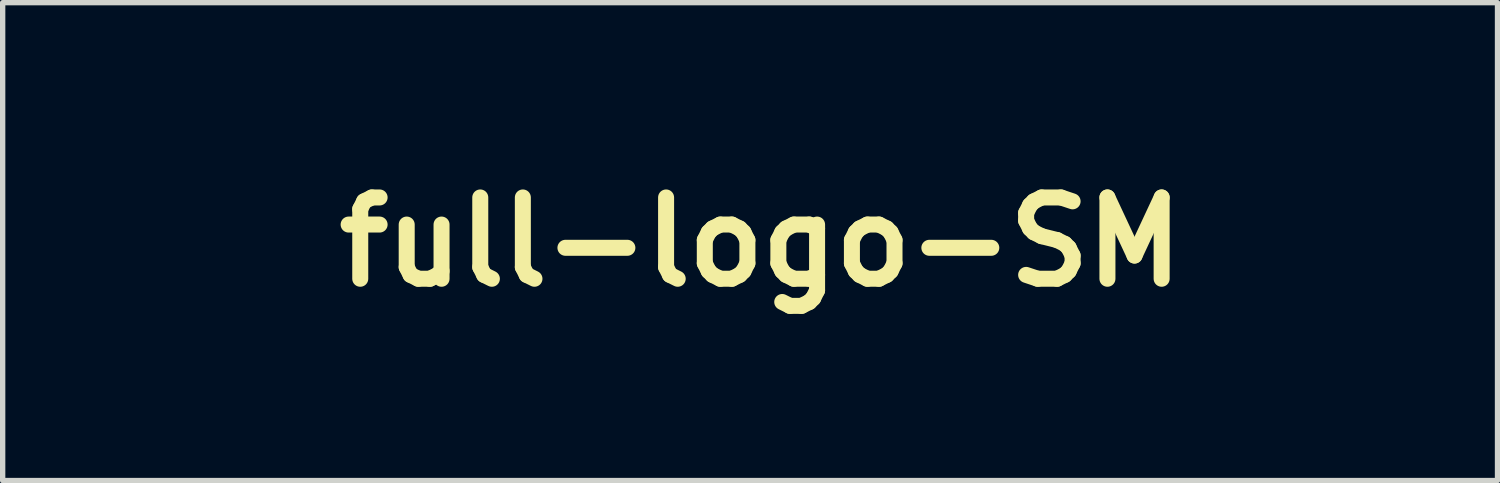
<source format=kicad_pcb>
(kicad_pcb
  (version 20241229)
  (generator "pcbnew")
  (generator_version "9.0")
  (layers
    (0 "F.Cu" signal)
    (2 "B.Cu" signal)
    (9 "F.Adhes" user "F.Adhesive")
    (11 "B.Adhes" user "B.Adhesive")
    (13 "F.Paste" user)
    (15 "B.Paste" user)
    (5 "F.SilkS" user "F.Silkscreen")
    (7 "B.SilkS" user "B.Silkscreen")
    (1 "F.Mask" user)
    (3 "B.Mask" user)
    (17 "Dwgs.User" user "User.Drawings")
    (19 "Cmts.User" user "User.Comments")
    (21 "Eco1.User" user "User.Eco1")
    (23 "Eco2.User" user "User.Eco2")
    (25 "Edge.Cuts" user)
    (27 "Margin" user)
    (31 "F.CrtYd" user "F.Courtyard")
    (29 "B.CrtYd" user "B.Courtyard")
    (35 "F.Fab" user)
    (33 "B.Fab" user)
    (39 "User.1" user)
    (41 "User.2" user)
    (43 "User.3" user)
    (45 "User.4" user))
  (footprint "full-logo-SM"
    (layer "F.Cu")
    (at 11.214 1.486)
    (property "Reference" "full-logo-SM" (at 0 0 0) (layer "F.SilkS") (effects (font (size 1.524 1.524) (thickness 0.3))))
    (attr through_hole)
    (fp_poly (pts (xy 4.693 1.245) (xy 4.407 1.245) (xy 4.407 0.051) (xy 4.693 0.051) (xy 4.693 1.245)) (stroke (width 0.01) (type solid)) (fill yes) (layer "F.Mask"))
    (fp_poly (pts (xy 4.693 -0.076) (xy 4.407 -0.076) (xy 4.408 -0.211) (xy 4.41 -0.346) (xy 4.551 -0.348) (xy 4.693 -0.349) (xy 4.693 -0.076)) (stroke (width 0.01) (type solid)) (fill yes) (layer "F.Mask"))
    (fp_poly (pts (xy 5.207 1.245) (xy 4.921 1.245) (xy 4.923 0.449) (xy 4.924 -0.346) (xy 5.066 -0.348) (xy 5.207 -0.349) (xy 5.207 1.245)) (stroke (width 0.01) (type solid)) (fill yes) (layer "F.Mask"))
    (fp_poly (pts (xy -3.859 0.621) (xy -3.858 0.636) (xy -3.857 0.645) (xy -3.857 0.646) (xy -3.864 0.648) (xy -3.879 0.651) (xy -3.89 0.654) (xy -3.914 0.659) (xy -3.942 0.665) (xy -3.962 0.669) (xy -4.021 0.682) (xy -4.069 0.692) (xy -4.108 0.701) (xy -4.138 0.708) (xy -4.163 0.713) (xy -4.182 0.718) (xy -4.195 0.721) (xy -4.223 0.727) (xy -4.24 0.73) (xy -4.25 0.728) (xy -4.255 0.724) (xy -4.257 0.719) (xy -4.261 0.701) (xy -4.266 0.676) (xy -4.27 0.65) (xy -4.273 0.627) (xy -4.274 0.615) (xy -4.274 0.597) (xy -3.862 0.597) (xy -3.859 0.621)) (stroke (width 0.01) (type solid)) (fill yes) (layer "F.Mask"))
    (fp_poly (pts (xy -10.126 -1.422) (xy -10.123 -1.415) (xy -10.118 -1.398) (xy -10.11 -1.371) (xy -10.1 -1.335) (xy -10.088 -1.293) (xy -10.074 -1.244) (xy -10.059 -1.191) (xy -10.051 -1.159) (xy -9.978 -0.899) (xy -10.029 -0.882) (xy -10.058 -0.872) (xy -10.086 -0.862) (xy -10.109 -0.853) (xy -10.111 -0.852) (xy -10.129 -0.844) (xy -10.141 -0.839) (xy -10.144 -0.838) (xy -10.147 -0.844) (xy -10.156 -0.859) (xy -10.169 -0.884) (xy -10.186 -0.916) (xy -10.207 -0.955) (xy -10.231 -0.999) (xy -10.256 -1.048) (xy -10.273 -1.079) (xy -10.399 -1.32) (xy -10.364 -1.337) (xy -10.333 -1.351) (xy -10.298 -1.366) (xy -10.262 -1.38) (xy -10.226 -1.393) (xy -10.193 -1.405) (xy -10.164 -1.414) (xy -10.142 -1.42) (xy -10.129 -1.422) (xy -10.126 -1.422)) (stroke (width 0.01) (type solid)) (fill yes) (layer "F.Mask"))
    (fp_poly (pts (xy -3.849 0.697) (xy -3.842 0.702) (xy -3.835 0.711) (xy -3.829 0.726) (xy -3.828 0.726) (xy -3.812 0.76) (xy -3.968 0.868) (xy -4.008 0.895) (xy -4.044 0.92) (xy -4.076 0.942) (xy -4.102 0.96) (xy -4.12 0.973) (xy -4.13 0.979) (xy -4.131 0.98) (xy -4.138 0.977) (xy -4.15 0.965) (xy -4.165 0.944) (xy -4.167 0.941) (xy -4.2 0.886) (xy -4.224 0.835) (xy -4.228 0.825) (xy -4.231 0.817) (xy -4.23 0.812) (xy -4.223 0.807) (xy -4.209 0.801) (xy -4.186 0.794) (xy -4.176 0.791) (xy -4.149 0.783) (xy -4.125 0.776) (xy -4.107 0.77) (xy -4.102 0.768) (xy -4.088 0.764) (xy -4.067 0.757) (xy -4.042 0.75) (xy -4.039 0.749) (xy -4.009 0.74) (xy -3.974 0.729) (xy -3.94 0.719) (xy -3.936 0.717) (xy -3.902 0.706) (xy -3.877 0.699) (xy -3.86 0.696) (xy -3.849 0.697)) (stroke (width 0.01) (type solid)) (fill yes) (layer "F.Mask"))
    (fp_poly (pts (xy -3.759 0.812) (xy -3.739 0.825) (xy -3.718 0.836) (xy -3.711 0.838) (xy -3.697 0.844) (xy -3.691 0.852) (xy -3.692 0.866) (xy -3.693 0.869) (xy -3.696 0.891) (xy -3.702 0.922) (xy -3.708 0.959) (xy -3.715 0.997) (xy -3.722 1.034) (xy -3.724 1.045) (xy -3.729 1.071) (xy -3.736 1.105) (xy -3.742 1.139) (xy -3.744 1.154) (xy -3.75 1.185) (xy -3.755 1.205) (xy -3.76 1.216) (xy -3.765 1.219) (xy -3.776 1.217) (xy -3.794 1.211) (xy -3.818 1.204) (xy -3.826 1.201) (xy -3.909 1.166) (xy -3.986 1.122) (xy -4.051 1.074) (xy -4.074 1.055) (xy -4.058 1.04) (xy -4.041 1.024) (xy -4.018 1.002) (xy -3.991 0.977) (xy -3.96 0.95) (xy -3.929 0.921) (xy -3.898 0.892) (xy -3.868 0.866) (xy -3.842 0.842) (xy -3.822 0.824) (xy -3.808 0.811) (xy -3.802 0.807) (xy -3.785 0.793) (xy -3.759 0.812)) (stroke (width 0.01) (type solid)) (fill yes) (layer "F.Mask"))
    (fp_poly (pts (xy -7.237 0.41) (xy -7.186 0.462) (xy -7.136 0.511) (xy -7.088 0.558) (xy -7.044 0.601) (xy -7.004 0.639) (xy -6.97 0.672) (xy -6.941 0.699) (xy -6.92 0.719) (xy -6.906 0.731) (xy -6.904 0.733) (xy -6.813 0.794) (xy -6.718 0.843) (xy -6.618 0.88) (xy -6.515 0.905) (xy -6.408 0.918) (xy -6.387 0.919) (xy -6.293 0.923) (xy -6.293 1.467) (xy -6.377 1.466) (xy -6.414 1.465) (xy -6.453 1.464) (xy -6.487 1.462) (xy -6.512 1.459) (xy -6.64 1.439) (xy -6.767 1.406) (xy -6.892 1.362) (xy -7.013 1.306) (xy -7.129 1.24) (xy -7.181 1.207) (xy -7.205 1.19) (xy -7.23 1.171) (xy -7.256 1.15) (xy -7.284 1.127) (xy -7.315 1.1) (xy -7.349 1.069) (xy -7.387 1.032) (xy -7.431 0.991) (xy -7.481 0.942) (xy -7.537 0.886) (xy -7.601 0.823) (xy -7.647 0.777) (xy -7.918 0.505) (xy -7.531 0.118) (xy -7.237 0.41)) (stroke (width 0.01) (type solid)) (fill yes) (layer "F.Mask"))
    (fp_poly (pts (xy -10.938 -0.848) (xy -10.924 -0.839) (xy -10.905 -0.827) (xy -10.892 -0.818) (xy -10.875 -0.806) (xy -10.848 -0.788) (xy -10.815 -0.765) (xy -10.776 -0.738) (xy -10.733 -0.71) (xy -10.689 -0.68) (xy -10.667 -0.664) (xy -10.49 -0.546) (xy -10.523 -0.493) (xy -10.552 -0.444) (xy -10.579 -0.387) (xy -10.604 -0.33) (xy -10.623 -0.276) (xy -10.624 -0.274) (xy -10.631 -0.253) (xy -10.638 -0.237) (xy -10.644 -0.229) (xy -10.645 -0.229) (xy -10.652 -0.231) (xy -10.671 -0.235) (xy -10.699 -0.241) (xy -10.736 -0.249) (xy -10.78 -0.258) (xy -10.83 -0.269) (xy -10.883 -0.281) (xy -10.909 -0.287) (xy -10.964 -0.299) (xy -11.016 -0.311) (xy -11.062 -0.321) (xy -11.101 -0.33) (xy -11.133 -0.337) (xy -11.155 -0.342) (xy -11.167 -0.346) (xy -11.169 -0.346) (xy -11.168 -0.353) (xy -11.164 -0.37) (xy -11.158 -0.395) (xy -11.149 -0.424) (xy -11.139 -0.456) (xy -11.128 -0.489) (xy -11.117 -0.52) (xy -11.115 -0.526) (xy -11.094 -0.579) (xy -11.067 -0.637) (xy -11.038 -0.695) (xy -11.007 -0.75) (xy -10.981 -0.793) (xy -10.966 -0.816) (xy -10.954 -0.835) (xy -10.946 -0.847) (xy -10.944 -0.85) (xy -10.938 -0.848)) (stroke (width 0.01) (type solid)) (fill yes) (layer "F.Mask"))
    (fp_poly (pts (xy -10.513 -1.246) (xy -10.503 -1.231) (xy -10.487 -1.209) (xy -10.468 -1.18) (xy -10.444 -1.145) (xy -10.419 -1.107) (xy -10.392 -1.066) (xy -10.364 -1.024) (xy -10.336 -0.982) (xy -10.309 -0.941) (xy -10.284 -0.903) (xy -10.262 -0.869) (xy -10.244 -0.84) (xy -10.231 -0.818) (xy -10.222 -0.804) (xy -10.22 -0.8) (xy -10.225 -0.794) (xy -10.238 -0.784) (xy -10.257 -0.771) (xy -10.26 -0.768) (xy -10.282 -0.753) (xy -10.309 -0.732) (xy -10.337 -0.708) (xy -10.357 -0.692) (xy -10.379 -0.672) (xy -10.397 -0.656) (xy -10.41 -0.646) (xy -10.415 -0.642) (xy -10.415 -0.642) (xy -10.42 -0.646) (xy -10.434 -0.658) (xy -10.455 -0.676) (xy -10.482 -0.7) (xy -10.515 -0.73) (xy -10.552 -0.763) (xy -10.592 -0.799) (xy -10.611 -0.816) (xy -10.653 -0.854) (xy -10.692 -0.889) (xy -10.728 -0.922) (xy -10.758 -0.949) (xy -10.782 -0.972) (xy -10.8 -0.989) (xy -10.809 -0.998) (xy -10.811 -1) (xy -10.812 -1.006) (xy -10.809 -1.014) (xy -10.8 -1.026) (xy -10.785 -1.042) (xy -10.763 -1.063) (xy -10.732 -1.091) (xy -10.704 -1.114) (xy -10.678 -1.137) (xy -10.648 -1.161) (xy -10.618 -1.184) (xy -10.588 -1.206) (xy -10.561 -1.225) (xy -10.539 -1.24) (xy -10.524 -1.249) (xy -10.518 -1.251) (xy -10.513 -1.246)) (stroke (width 0.01) (type solid)) (fill yes) (layer "F.Mask"))
    (fp_poly (pts (xy -9.704 -1.477) (xy -9.677 -1.475) (xy -9.643 -1.472) (xy -9.61 -1.47) (xy -9.604 -1.47) (xy -9.506 -1.458) (xy -9.404 -1.438) (xy -9.3 -1.41) (xy -9.197 -1.374) (xy -9.1 -1.333) (xy -9.042 -1.304) (xy -9.008 -1.285) (xy -8.975 -1.266) (xy -8.945 -1.248) (xy -8.915 -1.228) (xy -8.885 -1.207) (xy -8.854 -1.183) (xy -8.822 -1.156) (xy -8.786 -1.126) (xy -8.747 -1.09) (xy -8.704 -1.05) (xy -8.655 -1.003) (xy -8.6 -0.95) (xy -8.538 -0.888) (xy -8.468 -0.819) (xy -8.466 -0.817) (xy -8.16 -0.512) (xy -8.354 -0.32) (xy -8.395 -0.279) (xy -8.433 -0.241) (xy -8.467 -0.208) (xy -8.497 -0.178) (xy -8.52 -0.155) (xy -8.538 -0.138) (xy -8.547 -0.129) (xy -8.549 -0.127) (xy -8.554 -0.131) (xy -8.567 -0.144) (xy -8.587 -0.164) (xy -8.614 -0.191) (xy -8.647 -0.224) (xy -8.686 -0.262) (xy -8.729 -0.305) (xy -8.776 -0.351) (xy -8.825 -0.401) (xy -8.852 -0.427) (xy -8.916 -0.492) (xy -8.973 -0.547) (xy -9.022 -0.596) (xy -9.064 -0.637) (xy -9.101 -0.672) (xy -9.134 -0.702) (xy -9.162 -0.727) (xy -9.187 -0.748) (xy -9.21 -0.766) (xy -9.232 -0.781) (xy -9.253 -0.795) (xy -9.274 -0.807) (xy -9.297 -0.819) (xy -9.319 -0.831) (xy -9.387 -0.861) (xy -9.46 -0.887) (xy -9.535 -0.907) (xy -9.608 -0.92) (xy -9.676 -0.927) (xy -9.694 -0.927) (xy -9.747 -0.927) (xy -9.747 -1.481) (xy -9.704 -1.477)) (stroke (width 0.01) (type solid)) (fill yes) (layer "F.Mask"))
    (fp_poly (pts (xy 5.491 -0.959) (xy 5.522 -0.958) (xy 5.554 -0.955) (xy 5.578 -0.952) (xy 5.604 -0.948) (xy 5.629 -0.945) (xy 5.642 -0.943) (xy 5.659 -0.94) (xy 5.685 -0.935) (xy 5.716 -0.927) (xy 5.75 -0.919) (xy 5.781 -0.91) (xy 5.807 -0.903) (xy 5.835 -0.893) (xy 5.87 -0.879) (xy 5.909 -0.861) (xy 5.928 -0.853) (xy 5.944 -0.845) (xy 5.967 -0.833) (xy 5.992 -0.819) (xy 6.017 -0.806) (xy 6.039 -0.793) (xy 6.055 -0.784) (xy 6.061 -0.78) (xy 6.069 -0.774) (xy 6.084 -0.763) (xy 6.105 -0.748) (xy 6.121 -0.735) (xy 6.139 -0.721) (xy 6.166 -0.698) (xy 6.199 -0.667) (xy 6.239 -0.629) (xy 6.285 -0.585) (xy 6.337 -0.535) (xy 6.393 -0.48) (xy 6.407 -0.466) (xy 6.638 -0.237) (xy 6.49 -0.09) (xy 6.455 -0.055) (xy 6.422 -0.022) (xy 6.394 0.006) (xy 6.37 0.029) (xy 6.353 0.045) (xy 6.343 0.055) (xy 6.341 0.057) (xy 6.337 0.052) (xy 6.324 0.039) (xy 6.305 0.019) (xy 6.279 -0.007) (xy 6.247 -0.039) (xy 6.211 -0.075) (xy 6.172 -0.115) (xy 6.134 -0.153) (xy 6.077 -0.211) (xy 6.027 -0.26) (xy 5.985 -0.302) (xy 5.948 -0.338) (xy 5.916 -0.367) (xy 5.887 -0.391) (xy 5.862 -0.412) (xy 5.838 -0.429) (xy 5.816 -0.444) (xy 5.793 -0.457) (xy 5.778 -0.466) (xy 5.71 -0.497) (xy 5.645 -0.52) (xy 5.576 -0.535) (xy 5.501 -0.544) (xy 5.498 -0.544) (xy 5.442 -0.548) (xy 5.442 -0.959) (xy 5.491 -0.959)) (stroke (width 0.01) (type solid)) (fill yes) (layer "F.Mask"))
    (fp_poly (pts (xy 8.253 -0.959) (xy 8.284 -0.958) (xy 8.316 -0.955) (xy 8.341 -0.952) (xy 8.367 -0.948) (xy 8.392 -0.945) (xy 8.404 -0.943) (xy 8.421 -0.94) (xy 8.447 -0.935) (xy 8.479 -0.927) (xy 8.512 -0.919) (xy 8.544 -0.91) (xy 8.569 -0.903) (xy 8.597 -0.893) (xy 8.632 -0.879) (xy 8.672 -0.861) (xy 8.69 -0.853) (xy 8.707 -0.845) (xy 8.729 -0.833) (xy 8.754 -0.819) (xy 8.779 -0.806) (xy 8.801 -0.793) (xy 8.817 -0.784) (xy 8.823 -0.78) (xy 8.831 -0.774) (xy 8.846 -0.763) (xy 8.867 -0.748) (xy 8.884 -0.735) (xy 8.902 -0.721) (xy 8.928 -0.698) (xy 8.961 -0.667) (xy 9.001 -0.629) (xy 9.048 -0.585) (xy 9.099 -0.535) (xy 9.155 -0.48) (xy 9.169 -0.466) (xy 9.4 -0.237) (xy 9.252 -0.09) (xy 9.217 -0.055) (xy 9.184 -0.022) (xy 9.156 0.006) (xy 9.133 0.029) (xy 9.115 0.045) (xy 9.106 0.055) (xy 9.104 0.057) (xy 9.099 0.052) (xy 9.087 0.039) (xy 9.067 0.019) (xy 9.041 -0.007) (xy 9.01 -0.039) (xy 8.974 -0.075) (xy 8.934 -0.115) (xy 8.896 -0.153) (xy 8.839 -0.211) (xy 8.79 -0.26) (xy 8.747 -0.302) (xy 8.71 -0.338) (xy 8.678 -0.367) (xy 8.65 -0.391) (xy 8.624 -0.412) (xy 8.601 -0.429) (xy 8.578 -0.444) (xy 8.555 -0.457) (xy 8.54 -0.466) (xy 8.473 -0.497) (xy 8.407 -0.52) (xy 8.339 -0.535) (xy 8.263 -0.544) (xy 8.26 -0.544) (xy 8.204 -0.548) (xy 8.204 -0.959) (xy 8.253 -0.959)) (stroke (width 0.01) (type solid)) (fill yes) (layer "F.Mask"))
    (fp_poly (pts (xy 7.113 0.246) (xy 7.127 0.258) (xy 7.147 0.278) (xy 7.174 0.304) (xy 7.207 0.336) (xy 7.244 0.372) (xy 7.284 0.413) (xy 7.328 0.456) (xy 7.334 0.462) (xy 7.391 0.518) (xy 7.439 0.566) (xy 7.481 0.607) (xy 7.516 0.64) (xy 7.545 0.667) (xy 7.569 0.688) (xy 7.589 0.705) (xy 7.606 0.717) (xy 7.608 0.719) (xy 7.683 0.763) (xy 7.757 0.797) (xy 7.834 0.82) (xy 7.915 0.833) (xy 7.955 0.836) (xy 8.033 0.84) (xy 8.033 1.251) (xy 7.971 1.25) (xy 7.937 1.249) (xy 7.903 1.247) (xy 7.872 1.245) (xy 7.864 1.245) (xy 7.835 1.241) (xy 7.801 1.235) (xy 7.766 1.229) (xy 7.734 1.222) (xy 7.709 1.216) (xy 7.703 1.213) (xy 7.689 1.209) (xy 7.667 1.202) (xy 7.642 1.194) (xy 7.639 1.193) (xy 7.619 1.186) (xy 7.592 1.175) (xy 7.56 1.161) (xy 7.527 1.145) (xy 7.493 1.129) (xy 7.462 1.114) (xy 7.436 1.1) (xy 7.417 1.09) (xy 7.409 1.084) (xy 7.399 1.076) (xy 7.383 1.065) (xy 7.376 1.061) (xy 7.36 1.051) (xy 7.349 1.043) (xy 7.347 1.041) (xy 7.341 1.036) (xy 7.327 1.025) (xy 7.308 1.011) (xy 7.303 1.006) (xy 7.29 0.996) (xy 7.269 0.977) (xy 7.242 0.951) (xy 7.209 0.919) (xy 7.171 0.883) (xy 7.129 0.842) (xy 7.085 0.799) (xy 7.04 0.754) (xy 7.038 0.752) (xy 6.815 0.529) (xy 6.959 0.385) (xy 6.994 0.35) (xy 7.026 0.318) (xy 7.055 0.29) (xy 7.078 0.268) (xy 7.096 0.252) (xy 7.106 0.243) (xy 7.108 0.241) (xy 7.113 0.246)) (stroke (width 0.01) (type solid)) (fill yes) (layer "F.Mask"))
    (fp_poly (pts (xy 0.283 0.605) (xy 0.344 0.514) (xy 0.364 0.484) (xy 0.389 0.446) (xy 0.419 0.403) (xy 0.45 0.356) (xy 0.483 0.308) (xy 0.514 0.262) (xy 0.518 0.257) (xy 0.546 0.216) (xy 0.572 0.176) (xy 0.596 0.141) (xy 0.616 0.112) (xy 0.631 0.089) (xy 0.641 0.075) (xy 0.643 0.071) (xy 0.655 0.051) (xy 0.827 0.051) (xy 0.882 0.051) (xy 0.927 0.052) (xy 0.961 0.053) (xy 0.984 0.054) (xy 0.995 0.056) (xy 0.996 0.057) (xy 0.992 0.064) (xy 0.981 0.079) (xy 0.965 0.102) (xy 0.944 0.13) (xy 0.921 0.163) (xy 0.902 0.189) (xy 0.843 0.269) (xy 0.79 0.342) (xy 0.743 0.407) (xy 0.701 0.464) (xy 0.666 0.512) (xy 0.637 0.552) (xy 0.614 0.583) (xy 0.599 0.604) (xy 0.591 0.614) (xy 0.577 0.635) (xy 0.668 0.747) (xy 0.702 0.788) (xy 0.739 0.835) (xy 0.778 0.883) (xy 0.815 0.928) (xy 0.845 0.964) (xy 0.893 1.024) (xy 0.934 1.074) (xy 0.968 1.116) (xy 0.996 1.15) (xy 1.018 1.178) (xy 1.035 1.199) (xy 1.048 1.215) (xy 1.057 1.227) (xy 1.063 1.234) (xy 1.066 1.239) (xy 1.067 1.241) (xy 1.067 1.241) (xy 1.061 1.242) (xy 1.043 1.243) (xy 1.017 1.243) (xy 0.982 1.244) (xy 0.94 1.244) (xy 0.894 1.244) (xy 0.875 1.244) (xy 0.683 1.244) (xy 0.606 1.138) (xy 0.578 1.1) (xy 0.546 1.056) (xy 0.511 1.008) (xy 0.475 0.958) (xy 0.439 0.909) (xy 0.404 0.861) (xy 0.372 0.817) (xy 0.343 0.778) (xy 0.32 0.746) (xy 0.309 0.731) (xy 0.279 0.691) (xy 0.279 1.245) (xy -0.006 1.245) (xy -0.006 -0.349) (xy 0.279 -0.349) (xy 0.283 0.605)) (stroke (width 0.01) (type solid)) (fill yes) (layer "F.Mask"))
    (fp_poly (pts (xy -2.065 0.029) (xy -2.034 0.03) (xy -2.011 0.031) (xy -1.992 0.034) (xy -1.975 0.037) (xy -1.957 0.043) (xy -1.946 0.047) (xy -1.904 0.062) (xy -1.869 0.078) (xy -1.839 0.096) (xy -1.81 0.119) (xy -1.808 0.121) (xy -1.768 0.158) (xy -1.736 0.197) (xy -1.71 0.24) (xy -1.689 0.291) (xy -1.67 0.352) (xy -1.669 0.359) (xy -1.666 0.37) (xy -1.664 0.381) (xy -1.662 0.393) (xy -1.66 0.408) (xy -1.659 0.426) (xy -1.658 0.448) (xy -1.657 0.476) (xy -1.656 0.51) (xy -1.655 0.552) (xy -1.655 0.602) (xy -1.654 0.662) (xy -1.653 0.732) (xy -1.653 0.814) (xy -1.653 0.827) (xy -1.65 1.245) (xy -1.937 1.245) (xy -1.937 0.951) (xy -1.937 0.854) (xy -1.938 0.769) (xy -1.939 0.694) (xy -1.941 0.63) (xy -1.944 0.574) (xy -1.947 0.527) (xy -1.952 0.487) (xy -1.958 0.453) (xy -1.965 0.425) (xy -1.974 0.402) (xy -1.984 0.382) (xy -1.995 0.364) (xy -2.009 0.349) (xy -2.014 0.344) (xy -2.05 0.318) (xy -2.092 0.3) (xy -2.139 0.291) (xy -2.188 0.291) (xy -2.237 0.3) (xy -2.283 0.317) (xy -2.325 0.343) (xy -2.335 0.352) (xy -2.366 0.387) (xy -2.389 0.433) (xy -2.406 0.487) (xy -2.41 0.505) (xy -2.412 0.519) (xy -2.414 0.537) (xy -2.415 0.559) (xy -2.417 0.586) (xy -2.418 0.618) (xy -2.418 0.659) (xy -2.419 0.707) (xy -2.419 0.765) (xy -2.419 0.834) (xy -2.419 0.903) (xy -2.419 1.245) (xy -2.561 1.245) (xy -2.602 1.244) (xy -2.639 1.244) (xy -2.67 1.243) (xy -2.693 1.242) (xy -2.705 1.241) (xy -2.707 1.24) (xy -2.708 1.234) (xy -2.708 1.215) (xy -2.709 1.185) (xy -2.709 1.146) (xy -2.71 1.097) (xy -2.71 1.04) (xy -2.711 0.976) (xy -2.711 0.905) (xy -2.711 0.828) (xy -2.711 0.747) (xy -2.711 0.662) (xy -2.711 0.643) (xy -2.711 0.051) (xy -2.577 0.052) (xy -2.442 0.054) (xy -2.44 0.106) (xy -2.438 0.158) (xy -2.397 0.125) (xy -2.342 0.086) (xy -2.288 0.057) (xy -2.251 0.043) (xy -2.235 0.038) (xy -2.218 0.034) (xy -2.198 0.032) (xy -2.173 0.03) (xy -2.14 0.029) (xy -2.105 0.029) (xy -2.065 0.029)) (stroke (width 0.01) (type solid)) (fill yes) (layer "F.Mask"))
    (fp_poly (pts (xy -0.828 0.029) (xy -0.796 0.029) (xy -0.772 0.031) (xy -0.752 0.033) (xy -0.734 0.037) (xy -0.715 0.042) (xy -0.711 0.043) (xy -0.651 0.067) (xy -0.597 0.098) (xy -0.546 0.139) (xy -0.532 0.153) (xy -0.483 0.202) (xy -0.483 0.051) (xy -0.216 0.051) (xy -0.216 1.245) (xy -0.483 1.245) (xy -0.483 1.167) (xy -0.483 1.133) (xy -0.484 1.111) (xy -0.486 1.1) (xy -0.489 1.099) (xy -0.49 1.1) (xy -0.5 1.113) (xy -0.519 1.131) (xy -0.544 1.152) (xy -0.571 1.173) (xy -0.598 1.193) (xy -0.624 1.209) (xy -0.636 1.216) (xy -0.676 1.235) (xy -0.714 1.249) (xy -0.754 1.259) (xy -0.8 1.264) (xy -0.851 1.267) (xy -0.886 1.267) (xy -0.921 1.267) (xy -0.95 1.266) (xy -0.97 1.264) (xy -0.972 1.264) (xy -1.012 1.256) (xy -1.059 1.243) (xy -1.106 1.226) (xy -1.149 1.208) (xy -1.181 1.191) (xy -1.252 1.142) (xy -1.313 1.085) (xy -1.366 1.019) (xy -1.408 0.947) (xy -1.44 0.868) (xy -1.461 0.783) (xy -1.472 0.692) (xy -1.473 0.658) (xy -1.181 0.658) (xy -1.176 0.728) (xy -1.16 0.791) (xy -1.134 0.847) (xy -1.098 0.896) (xy -1.052 0.937) (xy -0.997 0.969) (xy -0.938 0.991) (xy -0.901 0.998) (xy -0.858 1.002) (xy -0.811 1.002) (xy -0.767 0.999) (xy -0.737 0.994) (xy -0.679 0.974) (xy -0.627 0.943) (xy -0.583 0.904) (xy -0.547 0.856) (xy -0.536 0.836) (xy -0.51 0.77) (xy -0.495 0.705) (xy -0.492 0.639) (xy -0.497 0.587) (xy -0.514 0.519) (xy -0.54 0.459) (xy -0.576 0.407) (xy -0.619 0.364) (xy -0.67 0.33) (xy -0.728 0.307) (xy -0.791 0.294) (xy -0.838 0.291) (xy -0.904 0.296) (xy -0.963 0.311) (xy -1.015 0.336) (xy -1.063 0.371) (xy -1.076 0.384) (xy -1.118 0.434) (xy -1.15 0.491) (xy -1.17 0.554) (xy -1.18 0.624) (xy -1.181 0.658) (xy -1.473 0.658) (xy -1.473 0.651) (xy -1.468 0.56) (xy -1.451 0.474) (xy -1.425 0.392) (xy -1.388 0.316) (xy -1.342 0.247) (xy -1.287 0.186) (xy -1.285 0.185) (xy -1.247 0.151) (xy -1.21 0.124) (xy -1.171 0.1) (xy -1.135 0.083) (xy -1.092 0.064) (xy -1.055 0.05) (xy -1.019 0.04) (xy -0.981 0.034) (xy -0.938 0.03) (xy -0.888 0.029) (xy -0.87 0.029) (xy -0.828 0.029)) (stroke (width 0.01) (type solid)) (fill yes) (layer "F.Mask"))
    (fp_poly (pts (xy 3.435 -0.37) (xy 3.488 -0.367) (xy 3.535 -0.361) (xy 3.56 -0.357) (xy 3.662 -0.327) (xy 3.756 -0.287) (xy 3.843 -0.237) (xy 3.923 -0.176) (xy 3.995 -0.106) (xy 4.059 -0.025) (xy 4.08 0.006) (xy 4.127 0.089) (xy 4.163 0.178) (xy 4.189 0.272) (xy 4.204 0.368) (xy 4.209 0.464) (xy 4.201 0.559) (xy 4.201 0.559) (xy 4.193 0.61) (xy 4.184 0.653) (xy 4.173 0.693) (xy 4.159 0.734) (xy 4.146 0.767) (xy 4.102 0.859) (xy 4.049 0.942) (xy 3.986 1.018) (xy 3.915 1.085) (xy 3.835 1.143) (xy 3.749 1.19) (xy 3.655 1.228) (xy 3.559 1.254) (xy 3.528 1.259) (xy 3.488 1.263) (xy 3.443 1.266) (xy 3.395 1.267) (xy 3.349 1.268) (xy 3.308 1.266) (xy 3.277 1.264) (xy 3.178 1.244) (xy 3.083 1.214) (xy 2.993 1.172) (xy 2.908 1.12) (xy 2.83 1.059) (xy 2.76 0.989) (xy 2.698 0.912) (xy 2.652 0.836) (xy 2.613 0.751) (xy 2.583 0.66) (xy 2.564 0.566) (xy 2.555 0.471) (xy 2.557 0.427) (xy 2.857 0.427) (xy 2.858 0.486) (xy 2.863 0.542) (xy 2.871 0.58) (xy 2.897 0.659) (xy 2.934 0.732) (xy 2.98 0.796) (xy 3.036 0.853) (xy 3.099 0.9) (xy 3.171 0.938) (xy 3.248 0.965) (xy 3.277 0.972) (xy 3.329 0.98) (xy 3.387 0.982) (xy 3.447 0.979) (xy 3.504 0.971) (xy 3.527 0.966) (xy 3.601 0.94) (xy 3.67 0.904) (xy 3.732 0.858) (xy 3.786 0.803) (xy 3.83 0.74) (xy 3.848 0.708) (xy 3.879 0.632) (xy 3.899 0.555) (xy 3.908 0.477) (xy 3.906 0.4) (xy 3.894 0.325) (xy 3.873 0.253) (xy 3.842 0.185) (xy 3.802 0.122) (xy 3.754 0.066) (xy 3.698 0.016) (xy 3.634 -0.025) (xy 3.563 -0.056) (xy 3.541 -0.064) (xy 3.468 -0.08) (xy 3.393 -0.086) (xy 3.33 -0.083) (xy 3.25 -0.068) (xy 3.179 -0.046) (xy 3.114 -0.015) (xy 3.055 0.026) (xy 3.025 0.053) (xy 2.969 0.113) (xy 2.924 0.18) (xy 2.89 0.254) (xy 2.87 0.318) (xy 2.862 0.37) (xy 2.857 0.427) (xy 2.557 0.427) (xy 2.559 0.379) (xy 2.559 0.377) (xy 2.575 0.272) (xy 2.603 0.174) (xy 2.641 0.081) (xy 2.69 -0.005) (xy 2.749 -0.084) (xy 2.818 -0.155) (xy 2.896 -0.218) (xy 2.984 -0.272) (xy 3.01 -0.286) (xy 3.058 -0.307) (xy 3.114 -0.327) (xy 3.173 -0.345) (xy 3.232 -0.359) (xy 3.232 -0.36) (xy 3.274 -0.366) (xy 3.324 -0.37) (xy 3.379 -0.371) (xy 3.435 -0.37)) (stroke (width 0.01) (type solid)) (fill yes) (layer "F.Mask"))
    (fp_poly (pts (xy 1.879 0.028) (xy 1.911 0.031) (xy 1.995 0.05) (xy 2.073 0.08) (xy 2.146 0.12) (xy 2.213 0.17) (xy 2.272 0.23) (xy 2.323 0.298) (xy 2.364 0.374) (xy 2.379 0.408) (xy 2.398 0.463) (xy 2.411 0.517) (xy 2.419 0.574) (xy 2.422 0.638) (xy 2.422 0.657) (xy 2.422 0.691) (xy 2.421 0.722) (xy 2.42 0.746) (xy 2.419 0.761) (xy 2.418 0.764) (xy 2.417 0.766) (xy 2.413 0.768) (xy 2.408 0.769) (xy 2.399 0.77) (xy 2.386 0.772) (xy 2.368 0.772) (xy 2.343 0.773) (xy 2.313 0.774) (xy 2.274 0.774) (xy 2.227 0.774) (xy 2.17 0.775) (xy 2.103 0.775) (xy 2.025 0.775) (xy 1.955 0.775) (xy 1.497 0.775) (xy 1.502 0.792) (xy 1.515 0.828) (xy 1.536 0.866) (xy 1.563 0.9) (xy 1.571 0.91) (xy 1.616 0.947) (xy 1.667 0.975) (xy 1.724 0.993) (xy 1.79 1.002) (xy 1.827 1.003) (xy 1.889 0.999) (xy 1.943 0.987) (xy 1.991 0.966) (xy 2.035 0.934) (xy 2.056 0.916) (xy 2.082 0.889) (xy 2.395 0.889) (xy 2.39 0.903) (xy 2.373 0.946) (xy 2.345 0.993) (xy 2.309 1.041) (xy 2.266 1.089) (xy 2.247 1.109) (xy 2.192 1.156) (xy 2.137 1.193) (xy 2.076 1.223) (xy 2.008 1.247) (xy 1.991 1.252) (xy 1.964 1.257) (xy 1.927 1.262) (xy 1.885 1.265) (xy 1.84 1.267) (xy 1.797 1.268) (xy 1.759 1.267) (xy 1.728 1.264) (xy 1.727 1.264) (xy 1.64 1.245) (xy 1.558 1.216) (xy 1.482 1.176) (xy 1.412 1.127) (xy 1.35 1.07) (xy 1.296 1.005) (xy 1.252 0.933) (xy 1.219 0.855) (xy 1.213 0.839) (xy 1.193 0.754) (xy 1.185 0.667) (xy 1.188 0.581) (xy 1.199 0.521) (xy 1.486 0.521) (xy 2.141 0.521) (xy 2.137 0.506) (xy 2.126 0.478) (xy 2.111 0.446) (xy 2.092 0.415) (xy 2.073 0.389) (xy 2.062 0.377) (xy 2.02 0.343) (xy 1.975 0.318) (xy 1.925 0.302) (xy 1.868 0.293) (xy 1.816 0.291) (xy 1.781 0.292) (xy 1.754 0.293) (xy 1.731 0.297) (xy 1.708 0.303) (xy 1.692 0.308) (xy 1.634 0.332) (xy 1.585 0.365) (xy 1.545 0.407) (xy 1.513 0.459) (xy 1.497 0.494) (xy 1.486 0.521) (xy 1.199 0.521) (xy 1.203 0.496) (xy 1.23 0.414) (xy 1.267 0.336) (xy 1.316 0.263) (xy 1.345 0.227) (xy 1.395 0.18) (xy 1.454 0.135) (xy 1.519 0.096) (xy 1.587 0.065) (xy 1.645 0.045) (xy 1.682 0.037) (xy 1.729 0.031) (xy 1.78 0.027) (xy 1.831 0.026) (xy 1.879 0.028)) (stroke (width 0.01) (type solid)) (fill yes) (layer "F.Mask"))
    (fp_poly (pts (xy 8.031 -0.754) (xy 8.033 -0.546) (xy 7.985 -0.546) (xy 7.907 -0.541) (xy 7.827 -0.524) (xy 7.747 -0.499) (xy 7.672 -0.465) (xy 7.604 -0.424) (xy 7.572 -0.4) (xy 7.566 -0.394) (xy 7.551 -0.379) (xy 7.528 -0.357) (xy 7.497 -0.327) (xy 7.46 -0.289) (xy 7.416 -0.246) (xy 7.366 -0.197) (xy 7.31 -0.142) (xy 7.25 -0.082) (xy 7.186 -0.018) (xy 7.117 0.05) (xy 7.045 0.122) (xy 6.97 0.196) (xy 6.893 0.273) (xy 6.877 0.289) (xy 6.782 0.383) (xy 6.696 0.469) (xy 6.618 0.546) (xy 6.548 0.616) (xy 6.485 0.679) (xy 6.429 0.735) (xy 6.379 0.784) (xy 6.335 0.828) (xy 6.297 0.865) (xy 6.264 0.898) (xy 6.235 0.926) (xy 6.21 0.95) (xy 6.19 0.969) (xy 6.172 0.986) (xy 6.158 0.999) (xy 6.146 1.01) (xy 6.135 1.019) (xy 6.127 1.026) (xy 6.119 1.031) (xy 6.113 1.036) (xy 6.106 1.04) (xy 6.091 1.051) (xy 6.08 1.059) (xy 6.077 1.061) (xy 6.067 1.069) (xy 6.048 1.081) (xy 6.022 1.096) (xy 5.992 1.113) (xy 5.961 1.13) (xy 5.929 1.146) (xy 5.901 1.159) (xy 5.879 1.169) (xy 5.874 1.171) (xy 5.802 1.196) (xy 5.739 1.216) (xy 5.68 1.23) (xy 5.622 1.24) (xy 5.563 1.246) (xy 5.529 1.248) (xy 5.442 1.253) (xy 5.442 0.84) (xy 5.51 0.836) (xy 5.596 0.825) (xy 5.676 0.804) (xy 5.755 0.771) (xy 5.807 0.742) (xy 5.835 0.725) (xy 5.862 0.706) (xy 5.885 0.689) (xy 5.89 0.686) (xy 5.898 0.678) (xy 5.914 0.662) (xy 5.939 0.639) (xy 5.971 0.607) (xy 6.009 0.569) (xy 6.055 0.524) (xy 6.106 0.474) (xy 6.162 0.418) (xy 6.224 0.357) (xy 6.289 0.292) (xy 6.359 0.222) (xy 6.432 0.15) (xy 6.507 0.075) (xy 6.585 -0.003) (xy 6.61 -0.028) (xy 6.689 -0.106) (xy 6.765 -0.182) (xy 6.839 -0.256) (xy 6.91 -0.326) (xy 6.976 -0.392) (xy 7.039 -0.454) (xy 7.097 -0.511) (xy 7.15 -0.563) (xy 7.197 -0.609) (xy 7.238 -0.649) (xy 7.273 -0.682) (xy 7.299 -0.708) (xy 7.319 -0.726) (xy 7.329 -0.736) (xy 7.331 -0.737) (xy 7.349 -0.749) (xy 7.361 -0.758) (xy 7.366 -0.762) (xy 7.374 -0.769) (xy 7.391 -0.78) (xy 7.415 -0.794) (xy 7.443 -0.81) (xy 7.473 -0.826) (xy 7.502 -0.841) (xy 7.527 -0.854) (xy 7.548 -0.863) (xy 7.548 -0.863) (xy 7.572 -0.873) (xy 7.594 -0.882) (xy 7.608 -0.889) (xy 7.61 -0.89) (xy 7.655 -0.906) (xy 7.709 -0.922) (xy 7.77 -0.935) (xy 7.833 -0.946) (xy 7.896 -0.955) (xy 7.956 -0.959) (xy 7.974 -0.96) (xy 8.03 -0.961) (xy 8.031 -0.754)) (stroke (width 0.01) (type solid)) (fill yes) (layer "F.Mask"))
    (fp_poly (pts (xy 10.793 -0.959) (xy 10.796 -0.957) (xy 10.798 -0.948) (xy 10.799 -0.932) (xy 10.8 -0.907) (xy 10.801 -0.874) (xy 10.801 -0.83) (xy 10.801 -0.775) (xy 10.801 -0.752) (xy 10.801 -0.546) (xy 10.751 -0.546) (xy 10.67 -0.54) (xy 10.589 -0.524) (xy 10.508 -0.498) (xy 10.432 -0.464) (xy 10.363 -0.422) (xy 10.335 -0.4) (xy 10.328 -0.394) (xy 10.313 -0.379) (xy 10.29 -0.357) (xy 10.259 -0.327) (xy 10.222 -0.289) (xy 10.178 -0.246) (xy 10.128 -0.197) (xy 10.073 -0.142) (xy 10.012 -0.082) (xy 9.948 -0.018) (xy 9.879 0.05) (xy 9.807 0.122) (xy 9.733 0.196) (xy 9.655 0.273) (xy 9.639 0.289) (xy 9.545 0.383) (xy 9.459 0.469) (xy 9.381 0.546) (xy 9.31 0.616) (xy 9.247 0.679) (xy 9.191 0.735) (xy 9.141 0.784) (xy 9.098 0.828) (xy 9.059 0.865) (xy 9.026 0.898) (xy 8.997 0.926) (xy 8.973 0.95) (xy 8.952 0.969) (xy 8.934 0.986) (xy 8.92 0.999) (xy 8.908 1.01) (xy 8.898 1.019) (xy 8.889 1.026) (xy 8.882 1.031) (xy 8.875 1.036) (xy 8.869 1.04) (xy 8.853 1.051) (xy 8.842 1.059) (xy 8.839 1.061) (xy 8.829 1.069) (xy 8.81 1.081) (xy 8.784 1.096) (xy 8.754 1.113) (xy 8.723 1.13) (xy 8.692 1.146) (xy 8.664 1.159) (xy 8.641 1.169) (xy 8.636 1.171) (xy 8.565 1.196) (xy 8.501 1.216) (xy 8.442 1.23) (xy 8.385 1.24) (xy 8.326 1.246) (xy 8.292 1.248) (xy 8.204 1.253) (xy 8.204 0.84) (xy 8.272 0.836) (xy 8.358 0.825) (xy 8.438 0.804) (xy 8.517 0.771) (xy 8.569 0.742) (xy 8.597 0.725) (xy 8.624 0.706) (xy 8.647 0.689) (xy 8.652 0.686) (xy 8.66 0.678) (xy 8.676 0.662) (xy 8.701 0.639) (xy 8.733 0.607) (xy 8.772 0.569) (xy 8.817 0.524) (xy 8.868 0.474) (xy 8.925 0.418) (xy 8.986 0.357) (xy 9.052 0.292) (xy 9.121 0.222) (xy 9.194 0.15) (xy 9.27 0.075) (xy 9.347 -0.003) (xy 9.373 -0.028) (xy 9.451 -0.106) (xy 9.527 -0.182) (xy 9.601 -0.256) (xy 9.672 -0.326) (xy 9.739 -0.392) (xy 9.802 -0.454) (xy 9.86 -0.511) (xy 9.912 -0.563) (xy 9.96 -0.609) (xy 10.001 -0.649) (xy 10.035 -0.682) (xy 10.062 -0.708) (xy 10.081 -0.726) (xy 10.092 -0.736) (xy 10.093 -0.737) (xy 10.111 -0.749) (xy 10.124 -0.758) (xy 10.128 -0.762) (xy 10.137 -0.769) (xy 10.154 -0.78) (xy 10.177 -0.794) (xy 10.205 -0.81) (xy 10.235 -0.826) (xy 10.264 -0.841) (xy 10.29 -0.854) (xy 10.31 -0.863) (xy 10.31 -0.863) (xy 10.335 -0.873) (xy 10.356 -0.882) (xy 10.37 -0.889) (xy 10.373 -0.89) (xy 10.419 -0.907) (xy 10.475 -0.922) (xy 10.536 -0.936) (xy 10.601 -0.947) (xy 10.665 -0.955) (xy 10.726 -0.96) (xy 10.78 -0.96) (xy 10.793 -0.959)) (stroke (width 0.01) (type solid)) (fill yes) (layer "F.Mask"))
    (fp_poly (pts (xy -3.531 -0.943) (xy -3.487 -0.94) (xy -3.45 -0.937) (xy -3.423 -0.931) (xy -3.334 -0.902) (xy -3.254 -0.864) (xy -3.184 -0.817) (xy -3.121 -0.762) (xy -3.067 -0.697) (xy -3.053 -0.678) (xy -3.021 -0.624) (xy -2.996 -0.564) (xy -2.976 -0.497) (xy -2.961 -0.42) (xy -2.956 -0.379) (xy -2.951 -0.343) (xy -3.156 -0.344) (xy -3.361 -0.346) (xy -3.369 -0.385) (xy -3.382 -0.433) (xy -3.401 -0.472) (xy -3.426 -0.505) (xy -3.431 -0.51) (xy -3.466 -0.537) (xy -3.509 -0.556) (xy -3.555 -0.565) (xy -3.602 -0.566) (xy -3.649 -0.558) (xy -3.692 -0.542) (xy -3.73 -0.517) (xy -3.748 -0.499) (xy -3.758 -0.486) (xy -3.77 -0.467) (xy -3.777 -0.454) (xy -3.785 -0.438) (xy -3.79 -0.423) (xy -3.793 -0.406) (xy -3.794 -0.382) (xy -3.794 -0.359) (xy -3.794 -0.328) (xy -3.792 -0.306) (xy -3.789 -0.29) (xy -3.783 -0.274) (xy -3.777 -0.263) (xy -3.756 -0.232) (xy -3.728 -0.201) (xy -3.695 -0.174) (xy -3.67 -0.158) (xy -3.652 -0.15) (xy -3.626 -0.139) (xy -3.597 -0.127) (xy -3.575 -0.119) (xy -3.545 -0.107) (xy -3.516 -0.096) (xy -3.492 -0.087) (xy -3.48 -0.083) (xy -3.462 -0.076) (xy -3.436 -0.066) (xy -3.406 -0.054) (xy -3.382 -0.045) (xy -3.302 -0.012) (xy -3.233 0.022) (xy -3.173 0.058) (xy -3.12 0.096) (xy -3.08 0.133) (xy -3.023 0.197) (xy -2.977 0.268) (xy -2.942 0.344) (xy -2.918 0.427) (xy -2.907 0.495) (xy -2.903 0.584) (xy -2.912 0.672) (xy -2.931 0.758) (xy -2.961 0.841) (xy -3.001 0.919) (xy -3.051 0.991) (xy -3.08 1.024) (xy -3.138 1.081) (xy -3.198 1.128) (xy -3.263 1.166) (xy -3.333 1.196) (xy -3.411 1.22) (xy -3.498 1.237) (xy -3.529 1.241) (xy -3.546 1.243) (xy -3.554 1.24) (xy -3.558 1.233) (xy -3.559 1.23) (xy -3.56 1.22) (xy -3.561 1.2) (xy -3.562 1.17) (xy -3.563 1.132) (xy -3.564 1.089) (xy -3.565 1.043) (xy -3.565 1.04) (xy -3.567 0.986) (xy -3.567 0.944) (xy -3.567 0.912) (xy -3.567 0.889) (xy -3.566 0.874) (xy -3.564 0.865) (xy -3.561 0.861) (xy -3.561 0.861) (xy -3.551 0.859) (xy -3.532 0.856) (xy -3.511 0.852) (xy -3.457 0.838) (xy -3.408 0.813) (xy -3.365 0.777) (xy -3.331 0.734) (xy -3.316 0.706) (xy -3.308 0.688) (xy -3.303 0.672) (xy -3.3 0.654) (xy -3.299 0.63) (xy -3.299 0.603) (xy -3.302 0.555) (xy -3.309 0.516) (xy -3.322 0.481) (xy -3.343 0.447) (xy -3.351 0.435) (xy -3.366 0.417) (xy -3.383 0.4) (xy -3.404 0.384) (xy -3.429 0.368) (xy -3.46 0.351) (xy -3.497 0.333) (xy -3.543 0.313) (xy -3.598 0.291) (xy -3.663 0.265) (xy -3.708 0.248) (xy -3.779 0.219) (xy -3.84 0.192) (xy -3.892 0.165) (xy -3.937 0.137) (xy -3.979 0.106) (xy -4.018 0.071) (xy -4.039 0.051) (xy -4.093 -0.013) (xy -4.136 -0.084) (xy -4.168 -0.159) (xy -4.188 -0.24) (xy -4.197 -0.326) (xy -4.197 -0.346) (xy -4.191 -0.432) (xy -4.173 -0.515) (xy -4.144 -0.593) (xy -4.105 -0.665) (xy -4.056 -0.732) (xy -3.998 -0.791) (xy -3.931 -0.843) (xy -3.856 -0.886) (xy -3.774 -0.919) (xy -3.734 -0.931) (xy -3.706 -0.937) (xy -3.668 -0.941) (xy -3.625 -0.943) (xy -3.578 -0.944) (xy -3.531 -0.943)) (stroke (width 0.01) (type solid)) (fill yes) (layer "F.Mask"))
    (fp_poly (pts (xy -6.234 -1.472) (xy -6.103 -1.457) (xy -5.972 -1.43) (xy -5.844 -1.39) (xy -5.721 -1.34) (xy -5.603 -1.278) (xy -5.491 -1.206) (xy -5.386 -1.125) (xy -5.288 -1.034) (xy -5.199 -0.934) (xy -5.119 -0.826) (xy -5.048 -0.71) (xy -4.989 -0.59) (xy -4.942 -0.464) (xy -4.906 -0.335) (xy -4.882 -0.203) (xy -4.87 -0.07) (xy -4.87 0.066) (xy -4.883 0.201) (xy -4.903 0.317) (xy -4.933 0.43) (xy -4.974 0.543) (xy -5.025 0.655) (xy -5.084 0.763) (xy -5.151 0.865) (xy -5.196 0.924) (xy -5.224 0.956) (xy -5.259 0.993) (xy -5.298 1.033) (xy -5.339 1.073) (xy -5.38 1.111) (xy -5.417 1.143) (xy -5.446 1.167) (xy -5.479 1.191) (xy -5.516 1.216) (xy -5.554 1.241) (xy -5.592 1.264) (xy -5.628 1.285) (xy -5.661 1.303) (xy -5.689 1.317) (xy -5.71 1.327) (xy -5.724 1.33) (xy -5.728 1.329) (xy -5.731 1.323) (xy -5.738 1.306) (xy -5.75 1.281) (xy -5.764 1.248) (xy -5.781 1.209) (xy -5.8 1.166) (xy -5.82 1.121) (xy -5.84 1.073) (xy -5.861 1.026) (xy -5.88 0.981) (xy -5.899 0.938) (xy -5.915 0.899) (xy -5.929 0.867) (xy -5.935 0.853) (xy -5.943 0.833) (xy -5.91 0.816) (xy -5.821 0.763) (xy -5.739 0.7) (xy -5.665 0.628) (xy -5.599 0.547) (xy -5.541 0.46) (xy -5.494 0.367) (xy -5.457 0.268) (xy -5.431 0.166) (xy -5.428 0.149) (xy -5.42 0.084) (xy -5.417 0.012) (xy -5.419 -0.062) (xy -5.425 -0.133) (xy -5.435 -0.198) (xy -5.438 -0.211) (xy -5.468 -0.313) (xy -5.509 -0.41) (xy -5.561 -0.501) (xy -5.622 -0.586) (xy -5.691 -0.662) (xy -5.768 -0.731) (xy -5.853 -0.79) (xy -5.944 -0.84) (xy -6.04 -0.879) (xy -6.141 -0.908) (xy -6.191 -0.917) (xy -6.237 -0.923) (xy -6.291 -0.926) (xy -6.348 -0.927) (xy -6.405 -0.926) (xy -6.457 -0.922) (xy -6.497 -0.917) (xy -6.548 -0.906) (xy -6.606 -0.89) (xy -6.665 -0.87) (xy -6.72 -0.849) (xy -6.757 -0.832) (xy -6.772 -0.824) (xy -6.785 -0.818) (xy -6.798 -0.811) (xy -6.811 -0.804) (xy -6.823 -0.796) (xy -6.837 -0.788) (xy -6.851 -0.778) (xy -6.866 -0.766) (xy -6.884 -0.752) (xy -6.903 -0.735) (xy -6.925 -0.716) (xy -6.95 -0.693) (xy -6.978 -0.667) (xy -7.011 -0.637) (xy -7.047 -0.602) (xy -7.088 -0.562) (xy -7.133 -0.518) (xy -7.184 -0.467) (xy -7.241 -0.411) (xy -7.304 -0.349) (xy -7.374 -0.279) (xy -7.451 -0.203) (xy -7.535 -0.119) (xy -7.626 -0.028) (xy -7.726 0.072) (xy -7.835 0.18) (xy -7.842 0.187) (xy -7.933 0.278) (xy -8.022 0.366) (xy -8.108 0.453) (xy -8.192 0.536) (xy -8.272 0.615) (xy -8.349 0.691) (xy -8.421 0.763) (xy -8.489 0.829) (xy -8.551 0.891) (xy -8.608 0.947) (xy -8.659 0.997) (xy -8.703 1.04) (xy -8.74 1.076) (xy -8.77 1.105) (xy -8.793 1.126) (xy -8.806 1.139) (xy -8.81 1.142) (xy -8.923 1.224) (xy -9.041 1.294) (xy -9.164 1.353) (xy -9.291 1.4) (xy -9.422 1.435) (xy -9.556 1.458) (xy -9.577 1.46) (xy -9.612 1.463) (xy -9.657 1.465) (xy -9.707 1.466) (xy -9.759 1.466) (xy -9.811 1.465) (xy -9.858 1.463) (xy -9.896 1.461) (xy -9.903 1.46) (xy -10.025 1.441) (xy -10.148 1.411) (xy -10.269 1.369) (xy -10.388 1.317) (xy -10.501 1.256) (xy -10.607 1.186) (xy -10.658 1.146) (xy -10.691 1.119) (xy -10.729 1.084) (xy -10.769 1.045) (xy -10.809 1.004) (xy -10.846 0.966) (xy -10.876 0.931) (xy -10.882 0.924) (xy -10.959 0.819) (xy -11.027 0.706) (xy -11.085 0.587) (xy -11.133 0.464) (xy -11.17 0.337) (xy -11.195 0.209) (xy -11.201 0.159) (xy -11.204 0.135) (xy -11.205 0.104) (xy -11.207 0.07) (xy -11.208 0.034) (xy -11.209 -0.001) (xy -11.209 -0.033) (xy -11.209 -0.059) (xy -11.208 -0.077) (xy -11.207 -0.085) (xy -11.207 -0.085) (xy -11.2 -0.085) (xy -11.183 -0.085) (xy -11.156 -0.084) (xy -11.121 -0.083) (xy -11.08 -0.082) (xy -11.034 -0.08) (xy -10.984 -0.078) (xy -10.934 -0.076) (xy -10.883 -0.074) (xy -10.834 -0.072) (xy -10.788 -0.07) (xy -10.748 -0.069) (xy -10.713 -0.067) (xy -10.687 -0.066) (xy -10.67 -0.065) (xy -10.664 -0.064) (xy -10.664 -0.058) (xy -10.663 -0.041) (xy -10.662 -0.016) (xy -10.661 0.015) (xy -10.66 0.037) (xy -10.654 0.12) (xy -10.642 0.196) (xy -10.623 0.268) (xy -10.597 0.34) (xy -10.563 0.413) (xy -10.51 0.505) (xy -10.447 0.59) (xy -10.374 0.668) (xy -10.293 0.736) (xy -10.204 0.795) (xy -10.15 0.825) (xy -10.062 0.863) (xy -9.975 0.892) (xy -9.885 0.91) (xy -9.791 0.919) (xy -9.696 0.919) (xy -9.589 0.909) (xy -9.486 0.887) (xy -9.386 0.854) (xy -9.291 0.808) (xy -9.199 0.751) (xy -9.173 0.731) (xy -9.164 0.724) (xy -9.148 0.708) (xy -9.123 0.684) (xy -9.09 0.653) (xy -9.051 0.614) (xy -9.004 0.569) (xy -8.951 0.517) (xy -8.893 0.459) (xy -8.829 0.395) (xy -8.76 0.327) (xy -8.686 0.254) (xy -8.608 0.177) (xy -8.527 0.096) (xy -8.443 0.012) (xy -8.356 -0.074) (xy -8.266 -0.164) (xy -8.22 -0.21) (xy -8.11 -0.319) (xy -8.006 -0.423) (xy -7.907 -0.521) (xy -7.814 -0.614) (xy -7.727 -0.7) (xy -7.647 -0.779) (xy -7.573 -0.852) (xy -7.506 -0.918) (xy -7.446 -0.977) (xy -7.394 -1.028) (xy -7.349 -1.072) (xy -7.312 -1.107) (xy -7.284 -1.134) (xy -7.264 -1.153) (xy -7.252 -1.163) (xy -7.252 -1.163) (xy -7.138 -1.243) (xy -7.019 -1.312) (xy -6.895 -1.368) (xy -6.768 -1.413) (xy -6.638 -1.446) (xy -6.505 -1.467) (xy -6.37 -1.476) (xy -6.234 -1.472)) (stroke (width 0.01) (type solid)) (fill yes) (layer "F.Mask")))
  (gr_rect
    (start -3 -3)
    (end 25.021 5.958)
    (stroke (width 0.1) (type default))
    (fill no)
    (layer "Edge.Cuts")))
</source>
